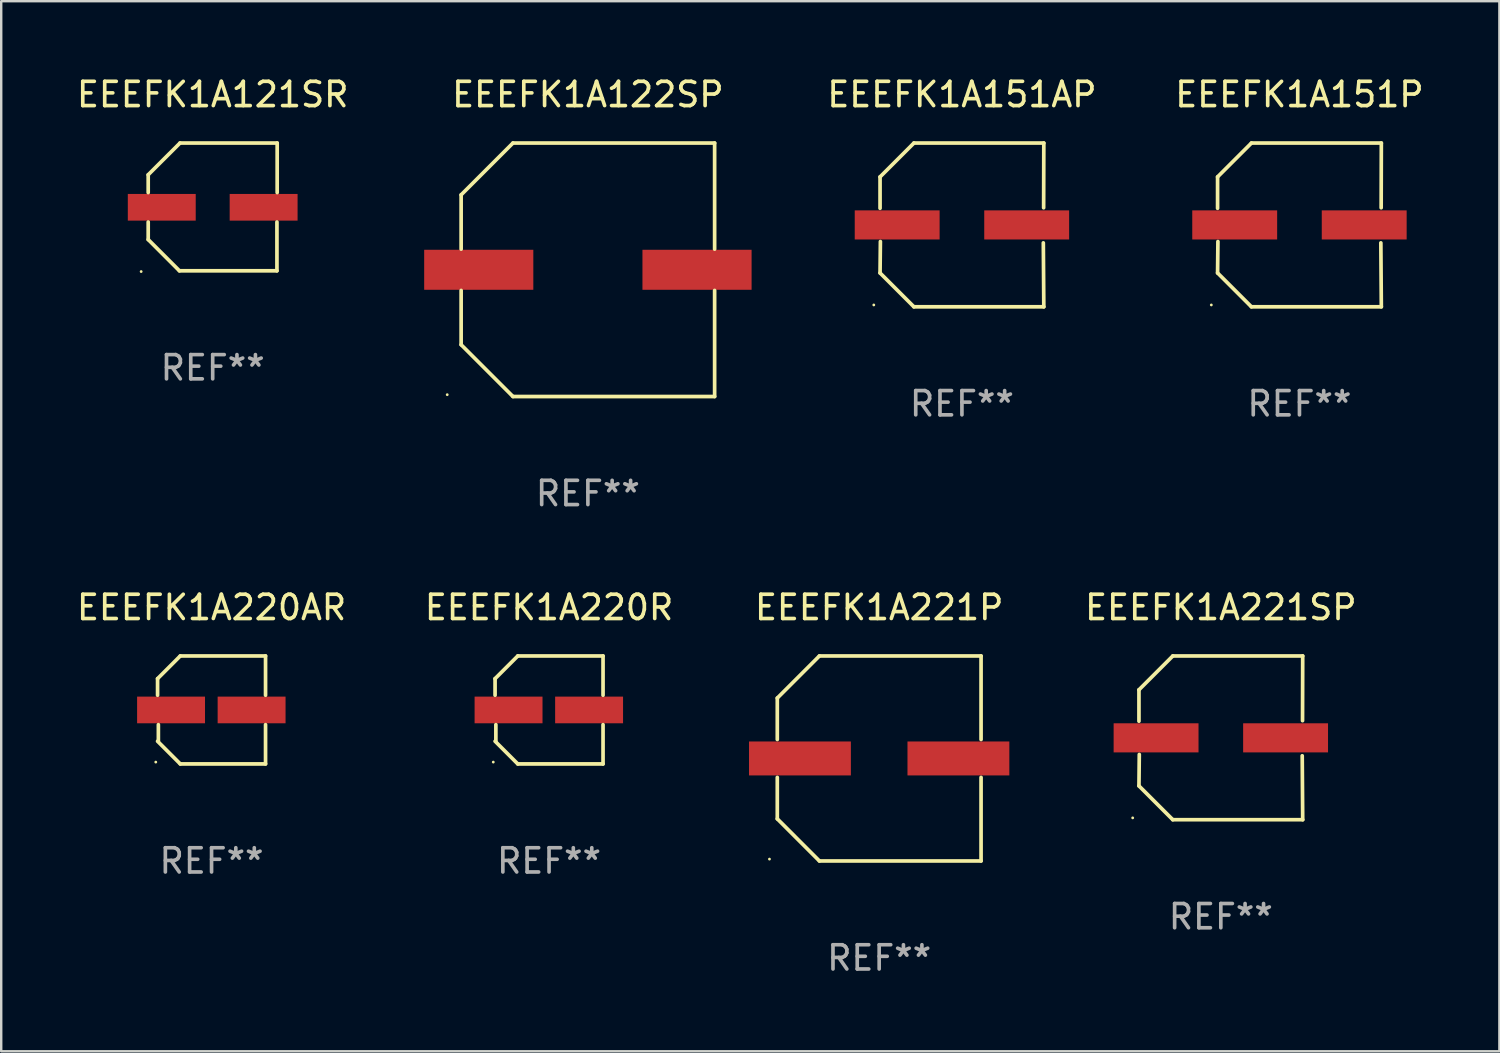
<source format=kicad_pcb>
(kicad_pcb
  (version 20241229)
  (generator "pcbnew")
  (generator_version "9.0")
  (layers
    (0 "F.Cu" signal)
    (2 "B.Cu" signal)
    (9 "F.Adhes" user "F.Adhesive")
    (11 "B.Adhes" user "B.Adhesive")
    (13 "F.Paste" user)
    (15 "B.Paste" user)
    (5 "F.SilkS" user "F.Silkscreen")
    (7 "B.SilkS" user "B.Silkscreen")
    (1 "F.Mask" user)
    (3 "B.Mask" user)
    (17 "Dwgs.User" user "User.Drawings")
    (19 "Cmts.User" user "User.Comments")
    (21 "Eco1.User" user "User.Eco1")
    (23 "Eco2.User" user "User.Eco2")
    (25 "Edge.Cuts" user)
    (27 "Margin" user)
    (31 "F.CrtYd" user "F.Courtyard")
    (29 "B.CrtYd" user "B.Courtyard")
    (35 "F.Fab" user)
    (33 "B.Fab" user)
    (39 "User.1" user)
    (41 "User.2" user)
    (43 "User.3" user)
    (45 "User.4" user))
  (footprint "EEEFK1A151P"
    (layer "F.Cu")
    (at 50.53 6.224)
    (property "Reference" "EEEFK1A151P" (at 0 -5.376 0) (layer "F.SilkS") (effects (font (size 1 1) (thickness 0.15))))
    (attr through_hole)
    (fp_line (start -3.376 -1.98) (end -3.376 -0.686) (stroke (width 0.152) (type solid)) (layer "F.SilkS"))
    (fp_line (start -3.376 1.981) (end -3.362 0.686) (stroke (width 0.152) (type solid)) (layer "F.SilkS"))
    (fp_line (start -1.981 3.376) (end -3.376 1.981) (stroke (width 0.152) (type solid)) (layer "F.SilkS"))
    (fp_line (start -1.98 -3.376) (end -3.376 -1.98) (stroke (width 0.152) (type solid)) (layer "F.SilkS"))
    (fp_line (start 3.356 0.74) (end 3.376 3.376) (stroke (width 0.152) (type solid)) (layer "F.SilkS"))
    (fp_line (start 3.369 -0.707) (end 3.376 -3.376) (stroke (width 0.152) (type solid)) (layer "F.SilkS"))
    (fp_line (start 3.376 3.376) (end -1.981 3.376) (stroke (width 0.152) (type solid)) (layer "F.SilkS"))
    (fp_line (start 3.376 -3.376) (end -1.98 -3.376) (stroke (width 0.152) (type solid)) (layer "F.SilkS"))
    (fp_circle (center -3.634 3.3) (end -3.604 3.3) (stroke (width 0.06) (type solid)) (fill no) (layer "F.SilkS"))
    (fp_text user "REF**" (at 0 7.376 0) (layer "F.Fab") (effects (font (size 1 1) (thickness 0.15))))
    (pad "1" smd rect (at -2.67 0.000254) (size 3.5 1.2) (layers "F.Cu" "F.Mask" "F.Paste"))
    (pad "2" smd rect (at 2.67 0.000254) (size 3.5 1.2) (layers "F.Cu" "F.Mask" "F.Paste")))
  (footprint "EEEFK1A121SR"
    (layer "F.Cu")
    (at 5.72 5.482)
    (property "Reference" "EEEFK1A121SR" (at 0 -4.634 0) (layer "F.SilkS") (effects (font (size 1 1) (thickness 0.15))))
    (attr through_hole)
    (fp_line (start -2.659 -1.326) (end -2.659 -0.592) (stroke (width 0.152) (type solid)) (layer "F.SilkS"))
    (fp_line (start -2.659 1.346) (end -2.659 0.622) (stroke (width 0.152) (type solid)) (layer "F.SilkS"))
    (fp_line (start -1.372 2.634) (end -2.659 1.346) (stroke (width 0.152) (type solid)) (layer "F.SilkS"))
    (fp_line (start -1.349 -2.634) (end -2.659 -1.326) (stroke (width 0.152) (type solid)) (layer "F.SilkS"))
    (fp_line (start 2.649 0.622) (end 2.649 2.634) (stroke (width 0.152) (type solid)) (layer "F.SilkS"))
    (fp_line (start 2.649 2.634) (end -1.372 2.634) (stroke (width 0.152) (type solid)) (layer "F.SilkS"))
    (fp_line (start 2.659 -2.634) (end -1.349 -2.634) (stroke (width 0.152) (type solid)) (layer "F.SilkS"))
    (fp_line (start 2.659 -0.592) (end 2.659 -2.634) (stroke (width 0.152) (type solid)) (layer "F.SilkS"))
    (fp_circle (center -2.95 2.665) (end -2.92 2.665) (stroke (width 0.06) (type solid)) (fill no) (layer "F.SilkS"))
    (fp_text user "REF**" (at 0 6.634 0) (layer "F.Fab") (effects (font (size 1 1) (thickness 0.15))))
    (pad "1" smd rect (at -2.1 0.015) (size 2.8 1.1) (layers "F.Cu" "F.Mask" "F.Paste"))
    (pad "2" smd rect (at 2.1 0.015) (size 2.8 1.1) (layers "F.Cu" "F.Mask" "F.Paste")))
  (footprint "EEEFK1A221P"
    (layer "F.Cu")
    (at 33.201 28.223)
    (property "Reference" "EEEFK1A221P" (at 0 -6.226 0) (layer "F.SilkS") (effects (font (size 1 1) (thickness 0.15))))
    (attr through_hole)
    (fp_line (start -4.201 -2.49) (end -4.201 -0.782) (stroke (width 0.152) (type solid)) (layer "F.SilkS"))
    (fp_line (start -4.201 2.49) (end -4.201 0.782) (stroke (width 0.152) (type solid)) (layer "F.SilkS"))
    (fp_line (start -2.465 -4.226) (end -4.201 -2.49) (stroke (width 0.152) (type solid)) (layer "F.SilkS"))
    (fp_line (start -2.465 4.226) (end -4.201 2.49) (stroke (width 0.152) (type solid)) (layer "F.SilkS"))
    (fp_line (start 4.201 -4.226) (end -2.465 -4.226) (stroke (width 0.152) (type solid)) (layer "F.SilkS"))
    (fp_line (start 4.201 -0.782) (end 4.201 -4.226) (stroke (width 0.152) (type solid)) (layer "F.SilkS"))
    (fp_line (start 4.201 0.782) (end 4.201 4.226) (stroke (width 0.152) (type solid)) (layer "F.SilkS"))
    (fp_line (start 4.201 4.226) (end -2.465 4.226) (stroke (width 0.152) (type solid)) (layer "F.SilkS"))
    (fp_circle (center -4.524 4.15) (end -4.494 4.15) (stroke (width 0.06) (type solid)) (fill no) (layer "F.SilkS"))
    (fp_text user "REF**" (at 0 8.226 0) (layer "F.Fab") (effects (font (size 1 1) (thickness 0.15))))
    (pad "1" smd rect (at -3.267 0) (size 4.2 1.4) (layers "F.Cu" "F.Mask" "F.Paste"))
    (pad "2" smd rect (at 3.267 0) (size 4.2 1.4) (layers "F.Cu" "F.Mask" "F.Paste")))
  (footprint "EEEFK1A122SP"
    (layer "F.Cu")
    (at 21.19 8.074)
    (property "Reference" "EEEFK1A122SP" (at 0 -7.226 0) (layer "F.SilkS") (effects (font (size 1 1) (thickness 0.15))))
    (attr through_hole)
    (fp_line (start -5.226 -3.09) (end -5.226 -0.852) (stroke (width 0.152) (type solid)) (layer "F.SilkS"))
    (fp_line (start -5.226 3.09) (end -5.226 0.852) (stroke (width 0.152) (type solid)) (layer "F.SilkS"))
    (fp_line (start -3.09 -5.226) (end -5.226 -3.09) (stroke (width 0.152) (type solid)) (layer "F.SilkS"))
    (fp_line (start -3.09 5.226) (end -5.226 3.09) (stroke (width 0.152) (type solid)) (layer "F.SilkS"))
    (fp_line (start 5.226 -5.226) (end -3.09 -5.226) (stroke (width 0.152) (type solid)) (layer "F.SilkS"))
    (fp_line (start 5.226 -0.852) (end 5.226 -5.226) (stroke (width 0.152) (type solid)) (layer "F.SilkS"))
    (fp_line (start 5.226 0.852) (end 5.226 5.226) (stroke (width 0.152) (type solid)) (layer "F.SilkS"))
    (fp_line (start 5.226 5.226) (end -3.09 5.226) (stroke (width 0.152) (type solid)) (layer "F.SilkS"))
    (fp_circle (center -5.8 5.15) (end -5.77 5.15) (stroke (width 0.06) (type solid)) (fill no) (layer "F.SilkS"))
    (fp_text user "REF**" (at 0 9.226 0) (layer "F.Fab") (effects (font (size 1 1) (thickness 0.15))))
    (pad "1" smd rect (at -4.5 0) (size 4.5 1.65) (layers "F.Cu" "F.Mask" "F.Paste"))
    (pad "2" smd rect (at 4.5 0) (size 4.5 1.65) (layers "F.Cu" "F.Mask" "F.Paste")))
  (footprint "EEEFK1A221SP"
    (layer "F.Cu")
    (at 47.288 27.373)
    (property "Reference" "EEEFK1A221SP" (at 0 -5.376 0) (layer "F.SilkS") (effects (font (size 1 1) (thickness 0.15))))
    (attr through_hole)
    (fp_line (start -3.376 -1.98) (end -3.376 -0.686) (stroke (width 0.152) (type solid)) (layer "F.SilkS"))
    (fp_line (start -3.376 1.981) (end -3.362 0.686) (stroke (width 0.152) (type solid)) (layer "F.SilkS"))
    (fp_line (start -1.981 3.376) (end -3.376 1.981) (stroke (width 0.152) (type solid)) (layer "F.SilkS"))
    (fp_line (start -1.98 -3.376) (end -3.376 -1.98) (stroke (width 0.152) (type solid)) (layer "F.SilkS"))
    (fp_line (start 3.356 0.74) (end 3.376 3.376) (stroke (width 0.152) (type solid)) (layer "F.SilkS"))
    (fp_line (start 3.369 -0.707) (end 3.376 -3.376) (stroke (width 0.152) (type solid)) (layer "F.SilkS"))
    (fp_line (start 3.376 3.376) (end -1.981 3.376) (stroke (width 0.152) (type solid)) (layer "F.SilkS"))
    (fp_line (start 3.376 -3.376) (end -1.98 -3.376) (stroke (width 0.152) (type solid)) (layer "F.SilkS"))
    (fp_circle (center -3.634 3.3) (end -3.604 3.3) (stroke (width 0.06) (type solid)) (fill no) (layer "F.SilkS"))
    (fp_text user "REF**" (at 0 7.376 0) (layer "F.Fab") (effects (font (size 1 1) (thickness 0.15))))
    (pad "1" smd rect (at -2.67 0.000254) (size 3.5 1.2) (layers "F.Cu" "F.Mask" "F.Paste"))
    (pad "2" smd rect (at 2.67 0.000254) (size 3.5 1.2) (layers "F.Cu" "F.Mask" "F.Paste")))
  (footprint "EEEFK1A151AP"
    (layer "F.Cu")
    (at 36.613 6.224)
    (property "Reference" "EEEFK1A151AP" (at 0 -5.376 0) (layer "F.SilkS") (effects (font (size 1 1) (thickness 0.15))))
    (attr through_hole)
    (fp_line (start -3.376 -1.98) (end -3.376 -0.686) (stroke (width 0.152) (type solid)) (layer "F.SilkS"))
    (fp_line (start -3.376 1.981) (end -3.362 0.686) (stroke (width 0.152) (type solid)) (layer "F.SilkS"))
    (fp_line (start -1.981 3.376) (end -3.376 1.981) (stroke (width 0.152) (type solid)) (layer "F.SilkS"))
    (fp_line (start -1.98 -3.376) (end -3.376 -1.98) (stroke (width 0.152) (type solid)) (layer "F.SilkS"))
    (fp_line (start 3.356 0.74) (end 3.376 3.376) (stroke (width 0.152) (type solid)) (layer "F.SilkS"))
    (fp_line (start 3.369 -0.707) (end 3.376 -3.376) (stroke (width 0.152) (type solid)) (layer "F.SilkS"))
    (fp_line (start 3.376 3.376) (end -1.981 3.376) (stroke (width 0.152) (type solid)) (layer "F.SilkS"))
    (fp_line (start 3.376 -3.376) (end -1.98 -3.376) (stroke (width 0.152) (type solid)) (layer "F.SilkS"))
    (fp_circle (center -3.634 3.3) (end -3.604 3.3) (stroke (width 0.06) (type solid)) (fill no) (layer "F.SilkS"))
    (fp_text user "REF**" (at 0 7.376 0) (layer "F.Fab") (effects (font (size 1 1) (thickness 0.15))))
    (pad "1" smd rect (at -2.67 0.000254) (size 3.5 1.2) (layers "F.Cu" "F.Mask" "F.Paste"))
    (pad "2" smd rect (at 2.67 0.000254) (size 3.5 1.2) (layers "F.Cu" "F.Mask" "F.Paste")))
  (footprint "EEEFK1A220AR"
    (layer "F.Cu")
    (at 5.673 26.223)
    (property "Reference" "EEEFK1A220AR" (at 0 -4.226 0) (layer "F.SilkS") (effects (font (size 1 1) (thickness 0.15))))
    (attr through_hole)
    (fp_line (start -2.226 -1.29) (end -2.226 -0.607) (stroke (width 0.152) (type solid)) (layer "F.SilkS"))
    (fp_line (start -2.193 1.29) (end -2.193 0.607) (stroke (width 0.152) (type solid)) (layer "F.SilkS"))
    (fp_line (start -1.29 2.226) (end -2.226 1.29) (stroke (width 0.152) (type solid)) (layer "F.SilkS"))
    (fp_line (start -1.29 -2.226) (end -2.226 -1.29) (stroke (width 0.152) (type solid)) (layer "F.SilkS"))
    (fp_line (start 2.226 -2.226) (end -1.29 -2.226) (stroke (width 0.152) (type solid)) (layer "F.SilkS"))
    (fp_line (start 2.226 -0.607) (end 2.226 -2.226) (stroke (width 0.152) (type solid)) (layer "F.SilkS"))
    (fp_line (start 2.226 0.607) (end 2.226 2.226) (stroke (width 0.152) (type solid)) (layer "F.SilkS"))
    (fp_line (start 2.226 2.226) (end -1.29 2.226) (stroke (width 0.152) (type solid)) (layer "F.SilkS"))
    (fp_circle (center -2.3 2.15) (end -2.27 2.15) (stroke (width 0.06) (type solid)) (fill no) (layer "F.SilkS"))
    (fp_text user "REF**" (at 0 6.226 0) (layer "F.Fab") (effects (font (size 1 1) (thickness 0.15))))
    (pad "1" smd rect (at -1.67 -0.000025) (size 2.8 1.1) (layers "F.Cu" "F.Mask" "F.Paste"))
    (pad "2" smd rect (at 1.651 -0.000025) (size 2.8 1.1) (layers "F.Cu" "F.Mask" "F.Paste")))
  (footprint "EEEFK1A220R"
    (layer "F.Cu")
    (at 19.589 26.223)
    (property "Reference" "EEEFK1A220R" (at 0 -4.226 0) (layer "F.SilkS") (effects (font (size 1 1) (thickness 0.15))))
    (attr through_hole)
    (fp_line (start -2.226 -1.29) (end -2.226 -0.607) (stroke (width 0.152) (type solid)) (layer "F.SilkS"))
    (fp_line (start -2.193 1.29) (end -2.193 0.607) (stroke (width 0.152) (type solid)) (layer "F.SilkS"))
    (fp_line (start -1.29 2.226) (end -2.226 1.29) (stroke (width 0.152) (type solid)) (layer "F.SilkS"))
    (fp_line (start -1.29 -2.226) (end -2.226 -1.29) (stroke (width 0.152) (type solid)) (layer "F.SilkS"))
    (fp_line (start 2.226 -2.226) (end -1.29 -2.226) (stroke (width 0.152) (type solid)) (layer "F.SilkS"))
    (fp_line (start 2.226 -0.607) (end 2.226 -2.226) (stroke (width 0.152) (type solid)) (layer "F.SilkS"))
    (fp_line (start 2.226 0.607) (end 2.226 2.226) (stroke (width 0.152) (type solid)) (layer "F.SilkS"))
    (fp_line (start 2.226 2.226) (end -1.29 2.226) (stroke (width 0.152) (type solid)) (layer "F.SilkS"))
    (fp_circle (center -2.3 2.15) (end -2.27 2.15) (stroke (width 0.06) (type solid)) (fill no) (layer "F.SilkS"))
    (fp_text user "REF**" (at 0 6.226 0) (layer "F.Fab") (effects (font (size 1 1) (thickness 0.15))))
    (pad "1" smd rect (at -1.67 -0.000025) (size 2.8 1.1) (layers "F.Cu" "F.Mask" "F.Paste"))
    (pad "2" smd rect (at 1.651 -0.000025) (size 2.8 1.1) (layers "F.Cu" "F.Mask" "F.Paste")))
  (gr_rect
    (start -3 -3)
    (end 58.774 40.298)
    (stroke (width 0.1) (type default))
    (fill no)
    (layer "Edge.Cuts")))
</source>
